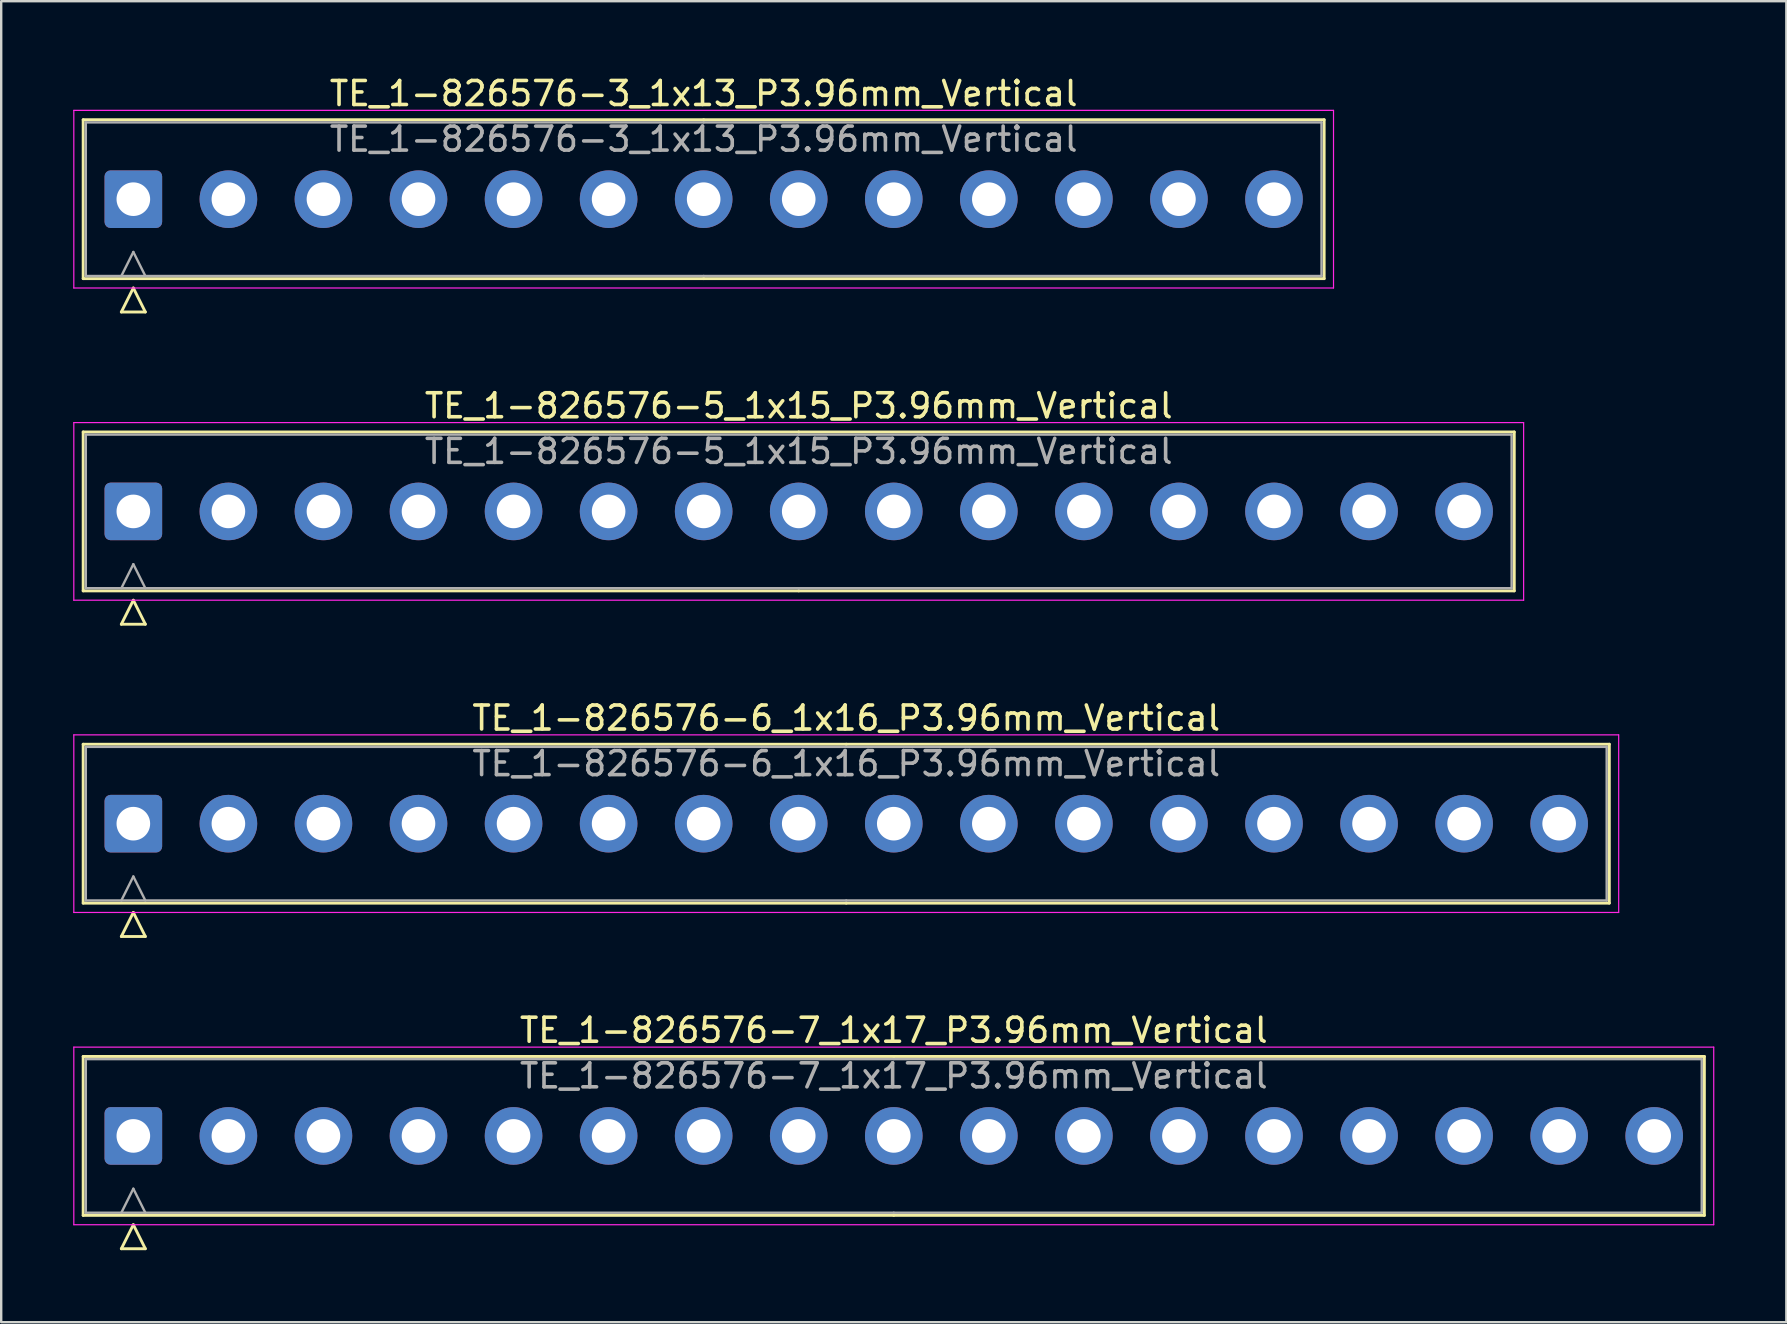
<source format=kicad_pcb>
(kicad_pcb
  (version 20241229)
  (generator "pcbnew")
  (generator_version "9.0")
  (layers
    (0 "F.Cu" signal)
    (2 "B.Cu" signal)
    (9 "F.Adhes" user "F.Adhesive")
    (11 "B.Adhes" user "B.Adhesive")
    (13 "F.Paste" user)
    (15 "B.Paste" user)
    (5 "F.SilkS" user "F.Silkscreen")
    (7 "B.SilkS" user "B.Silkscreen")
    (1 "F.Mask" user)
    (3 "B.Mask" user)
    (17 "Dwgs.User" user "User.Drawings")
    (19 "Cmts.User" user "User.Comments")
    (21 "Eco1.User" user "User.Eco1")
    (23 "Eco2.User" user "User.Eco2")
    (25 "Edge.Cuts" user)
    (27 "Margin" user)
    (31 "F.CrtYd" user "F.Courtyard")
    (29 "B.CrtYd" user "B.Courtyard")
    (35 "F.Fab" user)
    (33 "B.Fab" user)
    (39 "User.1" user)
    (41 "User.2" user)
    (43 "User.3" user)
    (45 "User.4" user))
  (footprint "TE_1-826576-6_1x16_P3.96mm_Vertical"
    (layer "F.Cu")
    (at 2.505 31.265)
    (property "Reference" "TE_1-826576-6_1x16_P3.96mm_Vertical" (at 29.7 -4.4 0) (layer "F.SilkS") (effects (font (size 1 1) (thickness 0.15))))
    (attr through_hole)
    (fp_line (start -2.09 -3.31) (end -2.09 3.31) (stroke (width 0.12) (type solid)) (layer "F.SilkS"))
    (fp_line (start -2.09 3.31) (end 29.7 3.31) (stroke (width 0.12) (type solid)) (layer "F.SilkS"))
    (fp_line (start -0.5 4.7) (end 0 3.7) (stroke (width 0.12) (type solid)) (layer "F.SilkS"))
    (fp_line (start 0 3.7) (end 0.5 4.7) (stroke (width 0.12) (type solid)) (layer "F.SilkS"))
    (fp_line (start 0.5 4.7) (end -0.5 4.7) (stroke (width 0.12) (type solid)) (layer "F.SilkS"))
    (fp_line (start 29.7 -3.31) (end -2.09 -3.31) (stroke (width 0.12) (type solid)) (layer "F.SilkS"))
    (fp_line (start 29.7 -3.31) (end 61.49 -3.31) (stroke (width 0.12) (type solid)) (layer "F.SilkS"))
    (fp_line (start 61.49 -3.31) (end 61.49 3.31) (stroke (width 0.12) (type solid)) (layer "F.SilkS"))
    (fp_line (start 61.49 3.31) (end 29.7 3.31) (stroke (width 0.12) (type solid)) (layer "F.SilkS"))
    (fp_line (start -2.48 -3.7) (end -2.48 3.7) (stroke (width 0.05) (type solid)) (layer "F.CrtYd"))
    (fp_line (start -2.48 3.7) (end 61.88 3.7) (stroke (width 0.05) (type solid)) (layer "F.CrtYd"))
    (fp_line (start 61.88 -3.7) (end -2.48 -3.7) (stroke (width 0.05) (type solid)) (layer "F.CrtYd"))
    (fp_line (start 61.88 3.7) (end 61.88 -3.7) (stroke (width 0.05) (type solid)) (layer "F.CrtYd"))
    (fp_line (start -1.98 -3.2) (end -1.98 3.2) (stroke (width 0.1) (type solid)) (layer "F.Fab"))
    (fp_line (start -1.98 3.2) (end 29.7 3.2) (stroke (width 0.1) (type solid)) (layer "F.Fab"))
    (fp_line (start -0.5 3.2) (end 0 2.2) (stroke (width 0.1) (type solid)) (layer "F.Fab"))
    (fp_line (start 0 2.2) (end 0.5 3.2) (stroke (width 0.1) (type solid)) (layer "F.Fab"))
    (fp_line (start 29.7 -3.2) (end -1.98 -3.2) (stroke (width 0.1) (type solid)) (layer "F.Fab"))
    (fp_line (start 29.7 -3.2) (end 61.38 -3.2) (stroke (width 0.1) (type solid)) (layer "F.Fab"))
    (fp_line (start 61.38 -3.2) (end 61.38 3.2) (stroke (width 0.1) (type solid)) (layer "F.Fab"))
    (fp_line (start 61.38 3.2) (end 29.7 3.2) (stroke (width 0.1) (type solid)) (layer "F.Fab"))
    (fp_text user "${REFERENCE}" (at 29.7 -2.5 0) (layer "F.Fab") (effects (font (size 1 1) (thickness 0.15))))
    (pad "1" thru_hole roundrect (at 0 0) (size 2.4 2.4) (drill 1.4) (layers "*.Cu" "*.Mask") (roundrect_rratio 0.104))
    (pad "2" thru_hole circle (at 3.96 0) (size 2.4 2.4) (drill 1.4) (layers "*.Cu" "*.Mask"))
    (pad "3" thru_hole circle (at 7.92 0) (size 2.4 2.4) (drill 1.4) (layers "*.Cu" "*.Mask"))
    (pad "4" thru_hole circle (at 11.88 0) (size 2.4 2.4) (drill 1.4) (layers "*.Cu" "*.Mask"))
    (pad "5" thru_hole circle (at 15.84 0) (size 2.4 2.4) (drill 1.4) (layers "*.Cu" "*.Mask"))
    (pad "6" thru_hole circle (at 19.8 0) (size 2.4 2.4) (drill 1.4) (layers "*.Cu" "*.Mask"))
    (pad "7" thru_hole circle (at 23.76 0) (size 2.4 2.4) (drill 1.4) (layers "*.Cu" "*.Mask"))
    (pad "8" thru_hole circle (at 27.72 0) (size 2.4 2.4) (drill 1.4) (layers "*.Cu" "*.Mask"))
    (pad "9" thru_hole circle (at 31.68 0) (size 2.4 2.4) (drill 1.4) (layers "*.Cu" "*.Mask"))
    (pad "10" thru_hole circle (at 35.64 0) (size 2.4 2.4) (drill 1.4) (layers "*.Cu" "*.Mask"))
    (pad "11" thru_hole circle (at 39.6 0) (size 2.4 2.4) (drill 1.4) (layers "*.Cu" "*.Mask"))
    (pad "12" thru_hole circle (at 43.56 0) (size 2.4 2.4) (drill 1.4) (layers "*.Cu" "*.Mask"))
    (pad "13" thru_hole circle (at 47.52 0) (size 2.4 2.4) (drill 1.4) (layers "*.Cu" "*.Mask"))
    (pad "14" thru_hole circle (at 51.48 0) (size 2.4 2.4) (drill 1.4) (layers "*.Cu" "*.Mask"))
    (pad "15" thru_hole circle (at 55.44 0) (size 2.4 2.4) (drill 1.4) (layers "*.Cu" "*.Mask"))
    (pad "16" thru_hole circle (at 59.4 0) (size 2.4 2.4) (drill 1.4) (layers "*.Cu" "*.Mask")))
  (footprint "TE_1-826576-7_1x17_P3.96mm_Vertical"
    (layer "F.Cu")
    (at 2.505 44.273)
    (property "Reference" "TE_1-826576-7_1x17_P3.96mm_Vertical" (at 31.68 -4.4 0) (layer "F.SilkS") (effects (font (size 1 1) (thickness 0.15))))
    (attr through_hole)
    (fp_line (start -2.09 -3.31) (end -2.09 3.31) (stroke (width 0.12) (type solid)) (layer "F.SilkS"))
    (fp_line (start -2.09 3.31) (end 31.68 3.31) (stroke (width 0.12) (type solid)) (layer "F.SilkS"))
    (fp_line (start -0.5 4.7) (end 0 3.7) (stroke (width 0.12) (type solid)) (layer "F.SilkS"))
    (fp_line (start 0 3.7) (end 0.5 4.7) (stroke (width 0.12) (type solid)) (layer "F.SilkS"))
    (fp_line (start 0.5 4.7) (end -0.5 4.7) (stroke (width 0.12) (type solid)) (layer "F.SilkS"))
    (fp_line (start 31.68 -3.31) (end -2.09 -3.31) (stroke (width 0.12) (type solid)) (layer "F.SilkS"))
    (fp_line (start 31.68 -3.31) (end 65.45 -3.31) (stroke (width 0.12) (type solid)) (layer "F.SilkS"))
    (fp_line (start 65.45 -3.31) (end 65.45 3.31) (stroke (width 0.12) (type solid)) (layer "F.SilkS"))
    (fp_line (start 65.45 3.31) (end 31.68 3.31) (stroke (width 0.12) (type solid)) (layer "F.SilkS"))
    (fp_line (start -2.48 -3.7) (end -2.48 3.7) (stroke (width 0.05) (type solid)) (layer "F.CrtYd"))
    (fp_line (start -2.48 3.7) (end 65.84 3.7) (stroke (width 0.05) (type solid)) (layer "F.CrtYd"))
    (fp_line (start 65.84 -3.7) (end -2.48 -3.7) (stroke (width 0.05) (type solid)) (layer "F.CrtYd"))
    (fp_line (start 65.84 3.7) (end 65.84 -3.7) (stroke (width 0.05) (type solid)) (layer "F.CrtYd"))
    (fp_line (start -1.98 -3.2) (end -1.98 3.2) (stroke (width 0.1) (type solid)) (layer "F.Fab"))
    (fp_line (start -1.98 3.2) (end 31.68 3.2) (stroke (width 0.1) (type solid)) (layer "F.Fab"))
    (fp_line (start -0.5 3.2) (end 0 2.2) (stroke (width 0.1) (type solid)) (layer "F.Fab"))
    (fp_line (start 0 2.2) (end 0.5 3.2) (stroke (width 0.1) (type solid)) (layer "F.Fab"))
    (fp_line (start 31.68 -3.2) (end -1.98 -3.2) (stroke (width 0.1) (type solid)) (layer "F.Fab"))
    (fp_line (start 31.68 -3.2) (end 65.34 -3.2) (stroke (width 0.1) (type solid)) (layer "F.Fab"))
    (fp_line (start 65.34 -3.2) (end 65.34 3.2) (stroke (width 0.1) (type solid)) (layer "F.Fab"))
    (fp_line (start 65.34 3.2) (end 31.68 3.2) (stroke (width 0.1) (type solid)) (layer "F.Fab"))
    (fp_text user "${REFERENCE}" (at 31.68 -2.5 0) (layer "F.Fab") (effects (font (size 1 1) (thickness 0.15))))
    (pad "1" thru_hole roundrect (at 0 0) (size 2.4 2.4) (drill 1.4) (layers "*.Cu" "*.Mask") (roundrect_rratio 0.104))
    (pad "2" thru_hole circle (at 3.96 0) (size 2.4 2.4) (drill 1.4) (layers "*.Cu" "*.Mask"))
    (pad "3" thru_hole circle (at 7.92 0) (size 2.4 2.4) (drill 1.4) (layers "*.Cu" "*.Mask"))
    (pad "4" thru_hole circle (at 11.88 0) (size 2.4 2.4) (drill 1.4) (layers "*.Cu" "*.Mask"))
    (pad "5" thru_hole circle (at 15.84 0) (size 2.4 2.4) (drill 1.4) (layers "*.Cu" "*.Mask"))
    (pad "6" thru_hole circle (at 19.8 0) (size 2.4 2.4) (drill 1.4) (layers "*.Cu" "*.Mask"))
    (pad "7" thru_hole circle (at 23.76 0) (size 2.4 2.4) (drill 1.4) (layers "*.Cu" "*.Mask"))
    (pad "8" thru_hole circle (at 27.72 0) (size 2.4 2.4) (drill 1.4) (layers "*.Cu" "*.Mask"))
    (pad "9" thru_hole circle (at 31.68 0) (size 2.4 2.4) (drill 1.4) (layers "*.Cu" "*.Mask"))
    (pad "10" thru_hole circle (at 35.64 0) (size 2.4 2.4) (drill 1.4) (layers "*.Cu" "*.Mask"))
    (pad "11" thru_hole circle (at 39.6 0) (size 2.4 2.4) (drill 1.4) (layers "*.Cu" "*.Mask"))
    (pad "12" thru_hole circle (at 43.56 0) (size 2.4 2.4) (drill 1.4) (layers "*.Cu" "*.Mask"))
    (pad "13" thru_hole circle (at 47.52 0) (size 2.4 2.4) (drill 1.4) (layers "*.Cu" "*.Mask"))
    (pad "14" thru_hole circle (at 51.48 0) (size 2.4 2.4) (drill 1.4) (layers "*.Cu" "*.Mask"))
    (pad "15" thru_hole circle (at 55.44 0) (size 2.4 2.4) (drill 1.4) (layers "*.Cu" "*.Mask"))
    (pad "16" thru_hole circle (at 59.4 0) (size 2.4 2.4) (drill 1.4) (layers "*.Cu" "*.Mask"))
    (pad "17" thru_hole circle (at 63.36 0) (size 2.4 2.4) (drill 1.4) (layers "*.Cu" "*.Mask")))
  (footprint "TE_1-826576-3_1x13_P3.96mm_Vertical"
    (layer "F.Cu")
    (at 2.505 5.248)
    (property "Reference" "TE_1-826576-3_1x13_P3.96mm_Vertical" (at 23.76 -4.4 0) (layer "F.SilkS") (effects (font (size 1 1) (thickness 0.15))))
    (attr through_hole)
    (fp_line (start -2.09 -3.31) (end -2.09 3.31) (stroke (width 0.12) (type solid)) (layer "F.SilkS"))
    (fp_line (start -2.09 3.31) (end 23.76 3.31) (stroke (width 0.12) (type solid)) (layer "F.SilkS"))
    (fp_line (start -0.5 4.7) (end 0 3.7) (stroke (width 0.12) (type solid)) (layer "F.SilkS"))
    (fp_line (start 0 3.7) (end 0.5 4.7) (stroke (width 0.12) (type solid)) (layer "F.SilkS"))
    (fp_line (start 0.5 4.7) (end -0.5 4.7) (stroke (width 0.12) (type solid)) (layer "F.SilkS"))
    (fp_line (start 23.76 -3.31) (end -2.09 -3.31) (stroke (width 0.12) (type solid)) (layer "F.SilkS"))
    (fp_line (start 23.76 -3.31) (end 49.61 -3.31) (stroke (width 0.12) (type solid)) (layer "F.SilkS"))
    (fp_line (start 49.61 -3.31) (end 49.61 3.31) (stroke (width 0.12) (type solid)) (layer "F.SilkS"))
    (fp_line (start 49.61 3.31) (end 23.76 3.31) (stroke (width 0.12) (type solid)) (layer "F.SilkS"))
    (fp_line (start -2.48 -3.7) (end -2.48 3.7) (stroke (width 0.05) (type solid)) (layer "F.CrtYd"))
    (fp_line (start -2.48 3.7) (end 50 3.7) (stroke (width 0.05) (type solid)) (layer "F.CrtYd"))
    (fp_line (start 50 -3.7) (end -2.48 -3.7) (stroke (width 0.05) (type solid)) (layer "F.CrtYd"))
    (fp_line (start 50 3.7) (end 50 -3.7) (stroke (width 0.05) (type solid)) (layer "F.CrtYd"))
    (fp_line (start -1.98 -3.2) (end -1.98 3.2) (stroke (width 0.1) (type solid)) (layer "F.Fab"))
    (fp_line (start -1.98 3.2) (end 23.76 3.2) (stroke (width 0.1) (type solid)) (layer "F.Fab"))
    (fp_line (start -0.5 3.2) (end 0 2.2) (stroke (width 0.1) (type solid)) (layer "F.Fab"))
    (fp_line (start 0 2.2) (end 0.5 3.2) (stroke (width 0.1) (type solid)) (layer "F.Fab"))
    (fp_line (start 23.76 -3.2) (end -1.98 -3.2) (stroke (width 0.1) (type solid)) (layer "F.Fab"))
    (fp_line (start 23.76 -3.2) (end 49.5 -3.2) (stroke (width 0.1) (type solid)) (layer "F.Fab"))
    (fp_line (start 49.5 -3.2) (end 49.5 3.2) (stroke (width 0.1) (type solid)) (layer "F.Fab"))
    (fp_line (start 49.5 3.2) (end 23.76 3.2) (stroke (width 0.1) (type solid)) (layer "F.Fab"))
    (fp_text user "${REFERENCE}" (at 23.76 -2.5 0) (layer "F.Fab") (effects (font (size 1 1) (thickness 0.15))))
    (pad "1" thru_hole roundrect (at 0 0) (size 2.4 2.4) (drill 1.4) (layers "*.Cu" "*.Mask") (roundrect_rratio 0.104))
    (pad "2" thru_hole circle (at 3.96 0) (size 2.4 2.4) (drill 1.4) (layers "*.Cu" "*.Mask"))
    (pad "3" thru_hole circle (at 7.92 0) (size 2.4 2.4) (drill 1.4) (layers "*.Cu" "*.Mask"))
    (pad "4" thru_hole circle (at 11.88 0) (size 2.4 2.4) (drill 1.4) (layers "*.Cu" "*.Mask"))
    (pad "5" thru_hole circle (at 15.84 0) (size 2.4 2.4) (drill 1.4) (layers "*.Cu" "*.Mask"))
    (pad "6" thru_hole circle (at 19.8 0) (size 2.4 2.4) (drill 1.4) (layers "*.Cu" "*.Mask"))
    (pad "7" thru_hole circle (at 23.76 0) (size 2.4 2.4) (drill 1.4) (layers "*.Cu" "*.Mask"))
    (pad "8" thru_hole circle (at 27.72 0) (size 2.4 2.4) (drill 1.4) (layers "*.Cu" "*.Mask"))
    (pad "9" thru_hole circle (at 31.68 0) (size 2.4 2.4) (drill 1.4) (layers "*.Cu" "*.Mask"))
    (pad "10" thru_hole circle (at 35.64 0) (size 2.4 2.4) (drill 1.4) (layers "*.Cu" "*.Mask"))
    (pad "11" thru_hole circle (at 39.6 0) (size 2.4 2.4) (drill 1.4) (layers "*.Cu" "*.Mask"))
    (pad "12" thru_hole circle (at 43.56 0) (size 2.4 2.4) (drill 1.4) (layers "*.Cu" "*.Mask"))
    (pad "13" thru_hole circle (at 47.52 0) (size 2.4 2.4) (drill 1.4) (layers "*.Cu" "*.Mask")))
  (footprint "TE_1-826576-5_1x15_P3.96mm_Vertical"
    (layer "F.Cu")
    (at 2.505 18.256)
    (property "Reference" "TE_1-826576-5_1x15_P3.96mm_Vertical" (at 27.72 -4.4 0) (layer "F.SilkS") (effects (font (size 1 1) (thickness 0.15))))
    (attr through_hole)
    (fp_line (start -2.09 -3.31) (end -2.09 3.31) (stroke (width 0.12) (type solid)) (layer "F.SilkS"))
    (fp_line (start -2.09 3.31) (end 27.72 3.31) (stroke (width 0.12) (type solid)) (layer "F.SilkS"))
    (fp_line (start -0.5 4.7) (end 0 3.7) (stroke (width 0.12) (type solid)) (layer "F.SilkS"))
    (fp_line (start 0 3.7) (end 0.5 4.7) (stroke (width 0.12) (type solid)) (layer "F.SilkS"))
    (fp_line (start 0.5 4.7) (end -0.5 4.7) (stroke (width 0.12) (type solid)) (layer "F.SilkS"))
    (fp_line (start 27.72 -3.31) (end -2.09 -3.31) (stroke (width 0.12) (type solid)) (layer "F.SilkS"))
    (fp_line (start 27.72 -3.31) (end 57.53 -3.31) (stroke (width 0.12) (type solid)) (layer "F.SilkS"))
    (fp_line (start 57.53 -3.31) (end 57.53 3.31) (stroke (width 0.12) (type solid)) (layer "F.SilkS"))
    (fp_line (start 57.53 3.31) (end 27.72 3.31) (stroke (width 0.12) (type solid)) (layer "F.SilkS"))
    (fp_line (start -2.48 -3.7) (end -2.48 3.7) (stroke (width 0.05) (type solid)) (layer "F.CrtYd"))
    (fp_line (start -2.48 3.7) (end 57.92 3.7) (stroke (width 0.05) (type solid)) (layer "F.CrtYd"))
    (fp_line (start 57.92 -3.7) (end -2.48 -3.7) (stroke (width 0.05) (type solid)) (layer "F.CrtYd"))
    (fp_line (start 57.92 3.7) (end 57.92 -3.7) (stroke (width 0.05) (type solid)) (layer "F.CrtYd"))
    (fp_line (start -1.98 -3.2) (end -1.98 3.2) (stroke (width 0.1) (type solid)) (layer "F.Fab"))
    (fp_line (start -1.98 3.2) (end 27.72 3.2) (stroke (width 0.1) (type solid)) (layer "F.Fab"))
    (fp_line (start -0.5 3.2) (end 0 2.2) (stroke (width 0.1) (type solid)) (layer "F.Fab"))
    (fp_line (start 0 2.2) (end 0.5 3.2) (stroke (width 0.1) (type solid)) (layer "F.Fab"))
    (fp_line (start 27.72 -3.2) (end -1.98 -3.2) (stroke (width 0.1) (type solid)) (layer "F.Fab"))
    (fp_line (start 27.72 -3.2) (end 57.42 -3.2) (stroke (width 0.1) (type solid)) (layer "F.Fab"))
    (fp_line (start 57.42 -3.2) (end 57.42 3.2) (stroke (width 0.1) (type solid)) (layer "F.Fab"))
    (fp_line (start 57.42 3.2) (end 27.72 3.2) (stroke (width 0.1) (type solid)) (layer "F.Fab"))
    (fp_text user "${REFERENCE}" (at 27.72 -2.5 0) (layer "F.Fab") (effects (font (size 1 1) (thickness 0.15))))
    (pad "1" thru_hole roundrect (at 0 0) (size 2.4 2.4) (drill 1.4) (layers "*.Cu" "*.Mask") (roundrect_rratio 0.104))
    (pad "2" thru_hole circle (at 3.96 0) (size 2.4 2.4) (drill 1.4) (layers "*.Cu" "*.Mask"))
    (pad "3" thru_hole circle (at 7.92 0) (size 2.4 2.4) (drill 1.4) (layers "*.Cu" "*.Mask"))
    (pad "4" thru_hole circle (at 11.88 0) (size 2.4 2.4) (drill 1.4) (layers "*.Cu" "*.Mask"))
    (pad "5" thru_hole circle (at 15.84 0) (size 2.4 2.4) (drill 1.4) (layers "*.Cu" "*.Mask"))
    (pad "6" thru_hole circle (at 19.8 0) (size 2.4 2.4) (drill 1.4) (layers "*.Cu" "*.Mask"))
    (pad "7" thru_hole circle (at 23.76 0) (size 2.4 2.4) (drill 1.4) (layers "*.Cu" "*.Mask"))
    (pad "8" thru_hole circle (at 27.72 0) (size 2.4 2.4) (drill 1.4) (layers "*.Cu" "*.Mask"))
    (pad "9" thru_hole circle (at 31.68 0) (size 2.4 2.4) (drill 1.4) (layers "*.Cu" "*.Mask"))
    (pad "10" thru_hole circle (at 35.64 0) (size 2.4 2.4) (drill 1.4) (layers "*.Cu" "*.Mask"))
    (pad "11" thru_hole circle (at 39.6 0) (size 2.4 2.4) (drill 1.4) (layers "*.Cu" "*.Mask"))
    (pad "12" thru_hole circle (at 43.56 0) (size 2.4 2.4) (drill 1.4) (layers "*.Cu" "*.Mask"))
    (pad "13" thru_hole circle (at 47.52 0) (size 2.4 2.4) (drill 1.4) (layers "*.Cu" "*.Mask"))
    (pad "14" thru_hole circle (at 51.48 0) (size 2.4 2.4) (drill 1.4) (layers "*.Cu" "*.Mask"))
    (pad "15" thru_hole circle (at 55.44 0) (size 2.4 2.4) (drill 1.4) (layers "*.Cu" "*.Mask")))
  (gr_rect
    (start -3 -3)
    (end 71.37 52.033)
    (stroke (width 0.1) (type default))
    (fill no)
    (layer "Edge.Cuts")))
</source>
